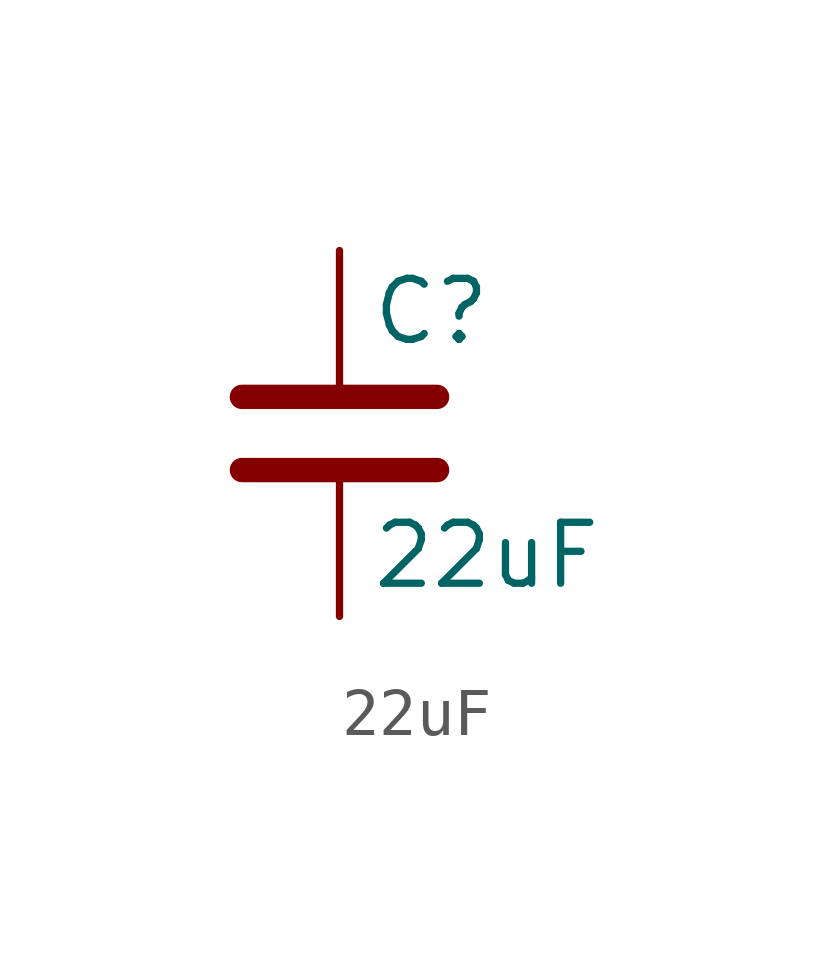
<source format=kicad_sym>
(kicad_symbol_lib
  (version 20220914)
  (generator kicad_symbol_editor)
  (symbol "22uF"
    (pin_numbers hide)
    (pin_names
      (offset 0.254))
    (property "Reference" "C"
      (at 0.635 2.54 0)
      (effects (font (size 1.27 1.27)) (justify left)))
    (property "Value" "22uF"
      (at 0.635 -2.54 0)
      (effects (font (size 1.27 1.27)) (justify left)))
    (symbol "22uF_0_1"
      (polyline (pts (xy -2.032 -0.762) (xy 2.032 -0.762)) (stroke (width 0.508) (type solid)) (fill (type none)))
      (polyline (pts (xy -2.032 0.762) (xy 2.032 0.762)) (stroke (width 0.508) (type solid)) (fill (type none))))
    (symbol "22uF_1_1"
      (pin passive line (at 0 3.81 270) (length 2.794) (name "~" (effects (font (size 1.27 1.27)))) (number "1" (effects (font (size 1.27 1.27)))))
      (pin passive line (at 0 -3.81 90) (length 2.794) (name "~" (effects (font (size 1.27 1.27)))) (number "2" (effects (font (size 1.27 1.27))))))))
</source>
